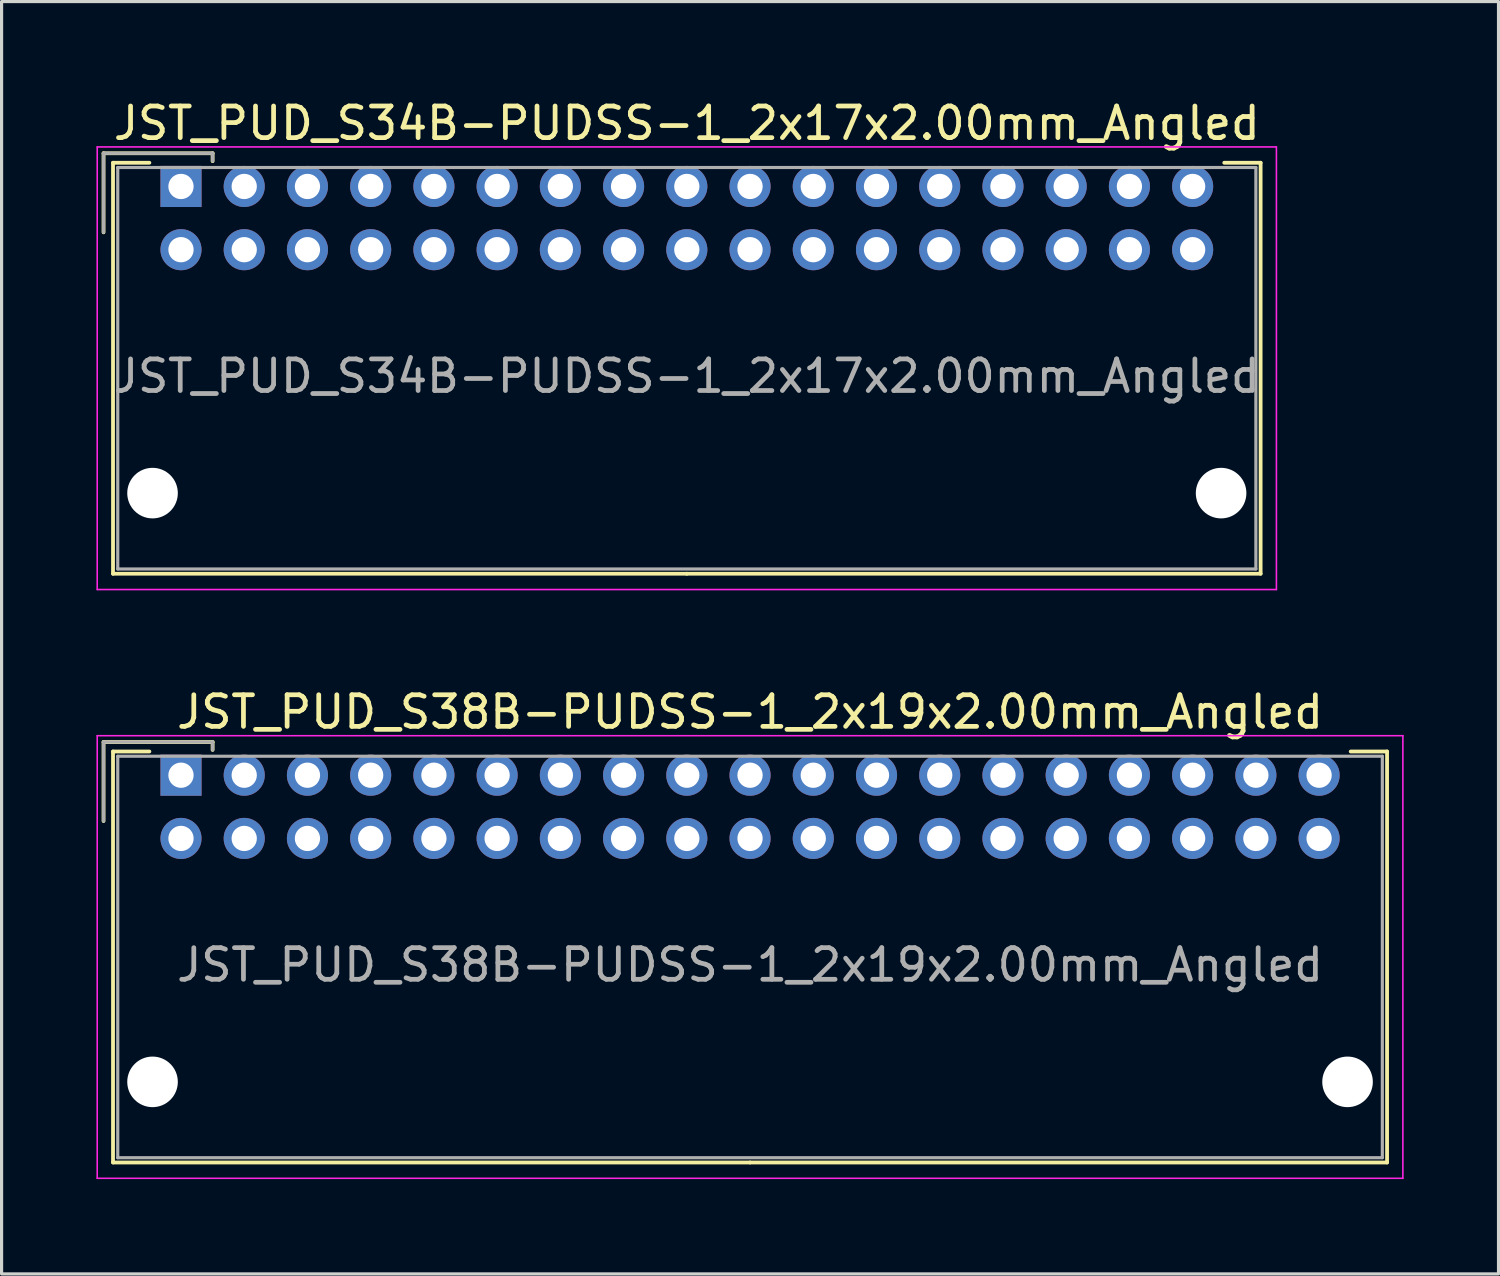
<source format=kicad_pcb>
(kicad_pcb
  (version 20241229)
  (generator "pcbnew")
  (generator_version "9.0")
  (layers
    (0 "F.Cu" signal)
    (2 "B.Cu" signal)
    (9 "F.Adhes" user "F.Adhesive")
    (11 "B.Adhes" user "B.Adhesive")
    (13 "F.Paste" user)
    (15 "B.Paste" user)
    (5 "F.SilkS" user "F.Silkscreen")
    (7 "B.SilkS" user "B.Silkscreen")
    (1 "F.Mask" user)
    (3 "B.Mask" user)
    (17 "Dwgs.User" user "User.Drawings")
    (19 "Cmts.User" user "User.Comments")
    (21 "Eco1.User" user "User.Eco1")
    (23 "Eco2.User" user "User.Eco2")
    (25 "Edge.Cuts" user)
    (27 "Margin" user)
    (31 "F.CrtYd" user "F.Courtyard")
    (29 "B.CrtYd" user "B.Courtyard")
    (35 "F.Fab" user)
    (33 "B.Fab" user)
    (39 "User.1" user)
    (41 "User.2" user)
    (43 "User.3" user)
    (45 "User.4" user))
  (footprint "JST_PUD_S38B-PUDSS-1_2x19x2.00mm_Angled"
    (layer "F.Cu")
    (at 2.675 21.471)
    (property "Reference" "JST_PUD_S38B-PUDSS-1_2x19x2.00mm_Angled" (at 18 -2 0) (layer "F.SilkS") (effects (font (size 1 1) (thickness 0.15))))
    (attr through_hole)
    (fp_line (start -2.45 -1.05) (end -2.45 1.45) (stroke (width 0.12) (type solid)) (layer "F.SilkS"))
    (fp_line (start -2.15 -0.75) (end -2.15 12.25) (stroke (width 0.12) (type solid)) (layer "F.SilkS"))
    (fp_line (start -2.15 12.25) (end 18 12.25) (stroke (width 0.12) (type solid)) (layer "F.SilkS"))
    (fp_line (start -1 -0.75) (end -2.15 -0.75) (stroke (width 0.12) (type solid)) (layer "F.SilkS"))
    (fp_line (start 1 -1.05) (end -2.45 -1.05) (stroke (width 0.12) (type solid)) (layer "F.SilkS"))
    (fp_line (start 1 -0.8) (end 1 -1.05) (stroke (width 0.12) (type solid)) (layer "F.SilkS"))
    (fp_line (start 37 -0.75) (end 38.15 -0.75) (stroke (width 0.12) (type solid)) (layer "F.SilkS"))
    (fp_line (start 38.15 -0.75) (end 38.15 12.25) (stroke (width 0.12) (type solid)) (layer "F.SilkS"))
    (fp_line (start 38.15 12.25) (end 18 12.25) (stroke (width 0.12) (type solid)) (layer "F.SilkS"))
    (fp_line (start -2.65 -1.25) (end -2.65 12.75) (stroke (width 0.05) (type solid)) (layer "F.CrtYd"))
    (fp_line (start -2.65 12.75) (end 38.65 12.75) (stroke (width 0.05) (type solid)) (layer "F.CrtYd"))
    (fp_line (start 38.65 -1.25) (end -2.65 -1.25) (stroke (width 0.05) (type solid)) (layer "F.CrtYd"))
    (fp_line (start 38.65 12.75) (end 38.65 -1.25) (stroke (width 0.05) (type solid)) (layer "F.CrtYd"))
    (fp_line (start -2.45 -1.05) (end -2.45 1.45) (stroke (width 0.1) (type solid)) (layer "F.Fab"))
    (fp_line (start -2 -0.6) (end -2 12.1) (stroke (width 0.1) (type solid)) (layer "F.Fab"))
    (fp_line (start -2 12.1) (end 38 12.1) (stroke (width 0.1) (type solid)) (layer "F.Fab"))
    (fp_line (start 1 -1.05) (end -2.45 -1.05) (stroke (width 0.1) (type solid)) (layer "F.Fab"))
    (fp_line (start 1 -0.8) (end 1 -1.05) (stroke (width 0.1) (type solid)) (layer "F.Fab"))
    (fp_line (start 38 -0.6) (end -2 -0.6) (stroke (width 0.1) (type solid)) (layer "F.Fab"))
    (fp_line (start 38 12.1) (end 38 -0.6) (stroke (width 0.1) (type solid)) (layer "F.Fab"))
    (fp_text user "${REFERENCE}" (at 18 6 0) (layer "F.Fab") (effects (font (size 1 1) (thickness 0.15))))
    (pad "" np_thru_hole circle (at -0.9 9.7) (size 1.6 1.6) (drill 1.6) (layers "*.Cu"))
    (pad "" np_thru_hole circle (at 36.9 9.7) (size 1.6 1.6) (drill 1.6) (layers "*.Cu"))
    (pad "1" thru_hole rect (at 0 0) (size 1.3 1.3) (drill 0.8) (layers "*.Cu" "*.Mask"))
    (pad "2" thru_hole circle (at 0 2) (size 1.3 1.3) (drill 0.8) (layers "*.Cu" "*.Mask"))
    (pad "3" thru_hole circle (at 2 0) (size 1.3 1.3) (drill 0.8) (layers "*.Cu" "*.Mask"))
    (pad "4" thru_hole circle (at 2 2) (size 1.3 1.3) (drill 0.8) (layers "*.Cu" "*.Mask"))
    (pad "5" thru_hole circle (at 4 0) (size 1.3 1.3) (drill 0.8) (layers "*.Cu" "*.Mask"))
    (pad "6" thru_hole circle (at 4 2) (size 1.3 1.3) (drill 0.8) (layers "*.Cu" "*.Mask"))
    (pad "7" thru_hole circle (at 6 0) (size 1.3 1.3) (drill 0.8) (layers "*.Cu" "*.Mask"))
    (pad "8" thru_hole circle (at 6 2) (size 1.3 1.3) (drill 0.8) (layers "*.Cu" "*.Mask"))
    (pad "9" thru_hole circle (at 8 0) (size 1.3 1.3) (drill 0.8) (layers "*.Cu" "*.Mask"))
    (pad "10" thru_hole circle (at 8 2) (size 1.3 1.3) (drill 0.8) (layers "*.Cu" "*.Mask"))
    (pad "11" thru_hole circle (at 10 0) (size 1.3 1.3) (drill 0.8) (layers "*.Cu" "*.Mask"))
    (pad "12" thru_hole circle (at 10 2) (size 1.3 1.3) (drill 0.8) (layers "*.Cu" "*.Mask"))
    (pad "13" thru_hole circle (at 12 0) (size 1.3 1.3) (drill 0.8) (layers "*.Cu" "*.Mask"))
    (pad "14" thru_hole circle (at 12 2) (size 1.3 1.3) (drill 0.8) (layers "*.Cu" "*.Mask"))
    (pad "15" thru_hole circle (at 14 0) (size 1.3 1.3) (drill 0.8) (layers "*.Cu" "*.Mask"))
    (pad "16" thru_hole circle (at 14 2) (size 1.3 1.3) (drill 0.8) (layers "*.Cu" "*.Mask"))
    (pad "17" thru_hole circle (at 16 0) (size 1.3 1.3) (drill 0.8) (layers "*.Cu" "*.Mask"))
    (pad "18" thru_hole circle (at 16 2) (size 1.3 1.3) (drill 0.8) (layers "*.Cu" "*.Mask"))
    (pad "19" thru_hole circle (at 18 0) (size 1.3 1.3) (drill 0.8) (layers "*.Cu" "*.Mask"))
    (pad "20" thru_hole circle (at 18 2) (size 1.3 1.3) (drill 0.8) (layers "*.Cu" "*.Mask"))
    (pad "21" thru_hole circle (at 20 0) (size 1.3 1.3) (drill 0.8) (layers "*.Cu" "*.Mask"))
    (pad "22" thru_hole circle (at 20 2) (size 1.3 1.3) (drill 0.8) (layers "*.Cu" "*.Mask"))
    (pad "23" thru_hole circle (at 22 0) (size 1.3 1.3) (drill 0.8) (layers "*.Cu" "*.Mask"))
    (pad "24" thru_hole circle (at 22 2) (size 1.3 1.3) (drill 0.8) (layers "*.Cu" "*.Mask"))
    (pad "25" thru_hole circle (at 24 0) (size 1.3 1.3) (drill 0.8) (layers "*.Cu" "*.Mask"))
    (pad "26" thru_hole circle (at 24 2) (size 1.3 1.3) (drill 0.8) (layers "*.Cu" "*.Mask"))
    (pad "27" thru_hole circle (at 26 0) (size 1.3 1.3) (drill 0.8) (layers "*.Cu" "*.Mask"))
    (pad "28" thru_hole circle (at 26 2) (size 1.3 1.3) (drill 0.8) (layers "*.Cu" "*.Mask"))
    (pad "29" thru_hole circle (at 28 0) (size 1.3 1.3) (drill 0.8) (layers "*.Cu" "*.Mask"))
    (pad "30" thru_hole circle (at 28 2) (size 1.3 1.3) (drill 0.8) (layers "*.Cu" "*.Mask"))
    (pad "31" thru_hole circle (at 30 0) (size 1.3 1.3) (drill 0.8) (layers "*.Cu" "*.Mask"))
    (pad "32" thru_hole circle (at 30 2) (size 1.3 1.3) (drill 0.8) (layers "*.Cu" "*.Mask"))
    (pad "33" thru_hole circle (at 32 0) (size 1.3 1.3) (drill 0.8) (layers "*.Cu" "*.Mask"))
    (pad "34" thru_hole circle (at 32 2) (size 1.3 1.3) (drill 0.8) (layers "*.Cu" "*.Mask"))
    (pad "35" thru_hole circle (at 34 0) (size 1.3 1.3) (drill 0.8) (layers "*.Cu" "*.Mask"))
    (pad "36" thru_hole circle (at 34 2) (size 1.3 1.3) (drill 0.8) (layers "*.Cu" "*.Mask"))
    (pad "37" thru_hole circle (at 36 0) (size 1.3 1.3) (drill 0.8) (layers "*.Cu" "*.Mask"))
    (pad "38" thru_hole circle (at 36 2) (size 1.3 1.3) (drill 0.8) (layers "*.Cu" "*.Mask")))
  (footprint "JST_PUD_S34B-PUDSS-1_2x17x2.00mm_Angled"
    (layer "F.Cu")
    (at 2.675 2.848)
    (property "Reference" "JST_PUD_S34B-PUDSS-1_2x17x2.00mm_Angled" (at 16 -2 0) (layer "F.SilkS") (effects (font (size 1 1) (thickness 0.15))))
    (attr through_hole)
    (fp_line (start -2.45 -1.05) (end -2.45 1.45) (stroke (width 0.12) (type solid)) (layer "F.SilkS"))
    (fp_line (start -2.15 -0.75) (end -2.15 12.25) (stroke (width 0.12) (type solid)) (layer "F.SilkS"))
    (fp_line (start -2.15 12.25) (end 16 12.25) (stroke (width 0.12) (type solid)) (layer "F.SilkS"))
    (fp_line (start -1 -0.75) (end -2.15 -0.75) (stroke (width 0.12) (type solid)) (layer "F.SilkS"))
    (fp_line (start 1 -1.05) (end -2.45 -1.05) (stroke (width 0.12) (type solid)) (layer "F.SilkS"))
    (fp_line (start 1 -0.8) (end 1 -1.05) (stroke (width 0.12) (type solid)) (layer "F.SilkS"))
    (fp_line (start 33 -0.75) (end 34.15 -0.75) (stroke (width 0.12) (type solid)) (layer "F.SilkS"))
    (fp_line (start 34.15 -0.75) (end 34.15 12.25) (stroke (width 0.12) (type solid)) (layer "F.SilkS"))
    (fp_line (start 34.15 12.25) (end 16 12.25) (stroke (width 0.12) (type solid)) (layer "F.SilkS"))
    (fp_line (start -2.65 -1.25) (end -2.65 12.75) (stroke (width 0.05) (type solid)) (layer "F.CrtYd"))
    (fp_line (start -2.65 12.75) (end 34.65 12.75) (stroke (width 0.05) (type solid)) (layer "F.CrtYd"))
    (fp_line (start 34.65 -1.25) (end -2.65 -1.25) (stroke (width 0.05) (type solid)) (layer "F.CrtYd"))
    (fp_line (start 34.65 12.75) (end 34.65 -1.25) (stroke (width 0.05) (type solid)) (layer "F.CrtYd"))
    (fp_line (start -2.45 -1.05) (end -2.45 1.45) (stroke (width 0.1) (type solid)) (layer "F.Fab"))
    (fp_line (start -2 -0.6) (end -2 12.1) (stroke (width 0.1) (type solid)) (layer "F.Fab"))
    (fp_line (start -2 12.1) (end 34 12.1) (stroke (width 0.1) (type solid)) (layer "F.Fab"))
    (fp_line (start 1 -1.05) (end -2.45 -1.05) (stroke (width 0.1) (type solid)) (layer "F.Fab"))
    (fp_line (start 1 -0.8) (end 1 -1.05) (stroke (width 0.1) (type solid)) (layer "F.Fab"))
    (fp_line (start 34 -0.6) (end -2 -0.6) (stroke (width 0.1) (type solid)) (layer "F.Fab"))
    (fp_line (start 34 12.1) (end 34 -0.6) (stroke (width 0.1) (type solid)) (layer "F.Fab"))
    (fp_text user "${REFERENCE}" (at 16 6 0) (layer "F.Fab") (effects (font (size 1 1) (thickness 0.15))))
    (pad "" np_thru_hole circle (at -0.9 9.7) (size 1.6 1.6) (drill 1.6) (layers "*.Cu"))
    (pad "" np_thru_hole circle (at 32.9 9.7) (size 1.6 1.6) (drill 1.6) (layers "*.Cu"))
    (pad "1" thru_hole rect (at 0 0) (size 1.3 1.3) (drill 0.8) (layers "*.Cu" "*.Mask"))
    (pad "2" thru_hole circle (at 0 2) (size 1.3 1.3) (drill 0.8) (layers "*.Cu" "*.Mask"))
    (pad "3" thru_hole circle (at 2 0) (size 1.3 1.3) (drill 0.8) (layers "*.Cu" "*.Mask"))
    (pad "4" thru_hole circle (at 2 2) (size 1.3 1.3) (drill 0.8) (layers "*.Cu" "*.Mask"))
    (pad "5" thru_hole circle (at 4 0) (size 1.3 1.3) (drill 0.8) (layers "*.Cu" "*.Mask"))
    (pad "6" thru_hole circle (at 4 2) (size 1.3 1.3) (drill 0.8) (layers "*.Cu" "*.Mask"))
    (pad "7" thru_hole circle (at 6 0) (size 1.3 1.3) (drill 0.8) (layers "*.Cu" "*.Mask"))
    (pad "8" thru_hole circle (at 6 2) (size 1.3 1.3) (drill 0.8) (layers "*.Cu" "*.Mask"))
    (pad "9" thru_hole circle (at 8 0) (size 1.3 1.3) (drill 0.8) (layers "*.Cu" "*.Mask"))
    (pad "10" thru_hole circle (at 8 2) (size 1.3 1.3) (drill 0.8) (layers "*.Cu" "*.Mask"))
    (pad "11" thru_hole circle (at 10 0) (size 1.3 1.3) (drill 0.8) (layers "*.Cu" "*.Mask"))
    (pad "12" thru_hole circle (at 10 2) (size 1.3 1.3) (drill 0.8) (layers "*.Cu" "*.Mask"))
    (pad "13" thru_hole circle (at 12 0) (size 1.3 1.3) (drill 0.8) (layers "*.Cu" "*.Mask"))
    (pad "14" thru_hole circle (at 12 2) (size 1.3 1.3) (drill 0.8) (layers "*.Cu" "*.Mask"))
    (pad "15" thru_hole circle (at 14 0) (size 1.3 1.3) (drill 0.8) (layers "*.Cu" "*.Mask"))
    (pad "16" thru_hole circle (at 14 2) (size 1.3 1.3) (drill 0.8) (layers "*.Cu" "*.Mask"))
    (pad "17" thru_hole circle (at 16 0) (size 1.3 1.3) (drill 0.8) (layers "*.Cu" "*.Mask"))
    (pad "18" thru_hole circle (at 16 2) (size 1.3 1.3) (drill 0.8) (layers "*.Cu" "*.Mask"))
    (pad "19" thru_hole circle (at 18 0) (size 1.3 1.3) (drill 0.8) (layers "*.Cu" "*.Mask"))
    (pad "20" thru_hole circle (at 18 2) (size 1.3 1.3) (drill 0.8) (layers "*.Cu" "*.Mask"))
    (pad "21" thru_hole circle (at 20 0) (size 1.3 1.3) (drill 0.8) (layers "*.Cu" "*.Mask"))
    (pad "22" thru_hole circle (at 20 2) (size 1.3 1.3) (drill 0.8) (layers "*.Cu" "*.Mask"))
    (pad "23" thru_hole circle (at 22 0) (size 1.3 1.3) (drill 0.8) (layers "*.Cu" "*.Mask"))
    (pad "24" thru_hole circle (at 22 2) (size 1.3 1.3) (drill 0.8) (layers "*.Cu" "*.Mask"))
    (pad "25" thru_hole circle (at 24 0) (size 1.3 1.3) (drill 0.8) (layers "*.Cu" "*.Mask"))
    (pad "26" thru_hole circle (at 24 2) (size 1.3 1.3) (drill 0.8) (layers "*.Cu" "*.Mask"))
    (pad "27" thru_hole circle (at 26 0) (size 1.3 1.3) (drill 0.8) (layers "*.Cu" "*.Mask"))
    (pad "28" thru_hole circle (at 26 2) (size 1.3 1.3) (drill 0.8) (layers "*.Cu" "*.Mask"))
    (pad "29" thru_hole circle (at 28 0) (size 1.3 1.3) (drill 0.8) (layers "*.Cu" "*.Mask"))
    (pad "30" thru_hole circle (at 28 2) (size 1.3 1.3) (drill 0.8) (layers "*.Cu" "*.Mask"))
    (pad "31" thru_hole circle (at 30 0) (size 1.3 1.3) (drill 0.8) (layers "*.Cu" "*.Mask"))
    (pad "32" thru_hole circle (at 30 2) (size 1.3 1.3) (drill 0.8) (layers "*.Cu" "*.Mask"))
    (pad "33" thru_hole circle (at 32 0) (size 1.3 1.3) (drill 0.8) (layers "*.Cu" "*.Mask"))
    (pad "34" thru_hole circle (at 32 2) (size 1.3 1.3) (drill 0.8) (layers "*.Cu" "*.Mask")))
  (gr_rect
    (start -3 -3)
    (end 44.35 37.246)
    (stroke (width 0.1) (type default))
    (fill no)
    (layer "Edge.Cuts")))
</source>
